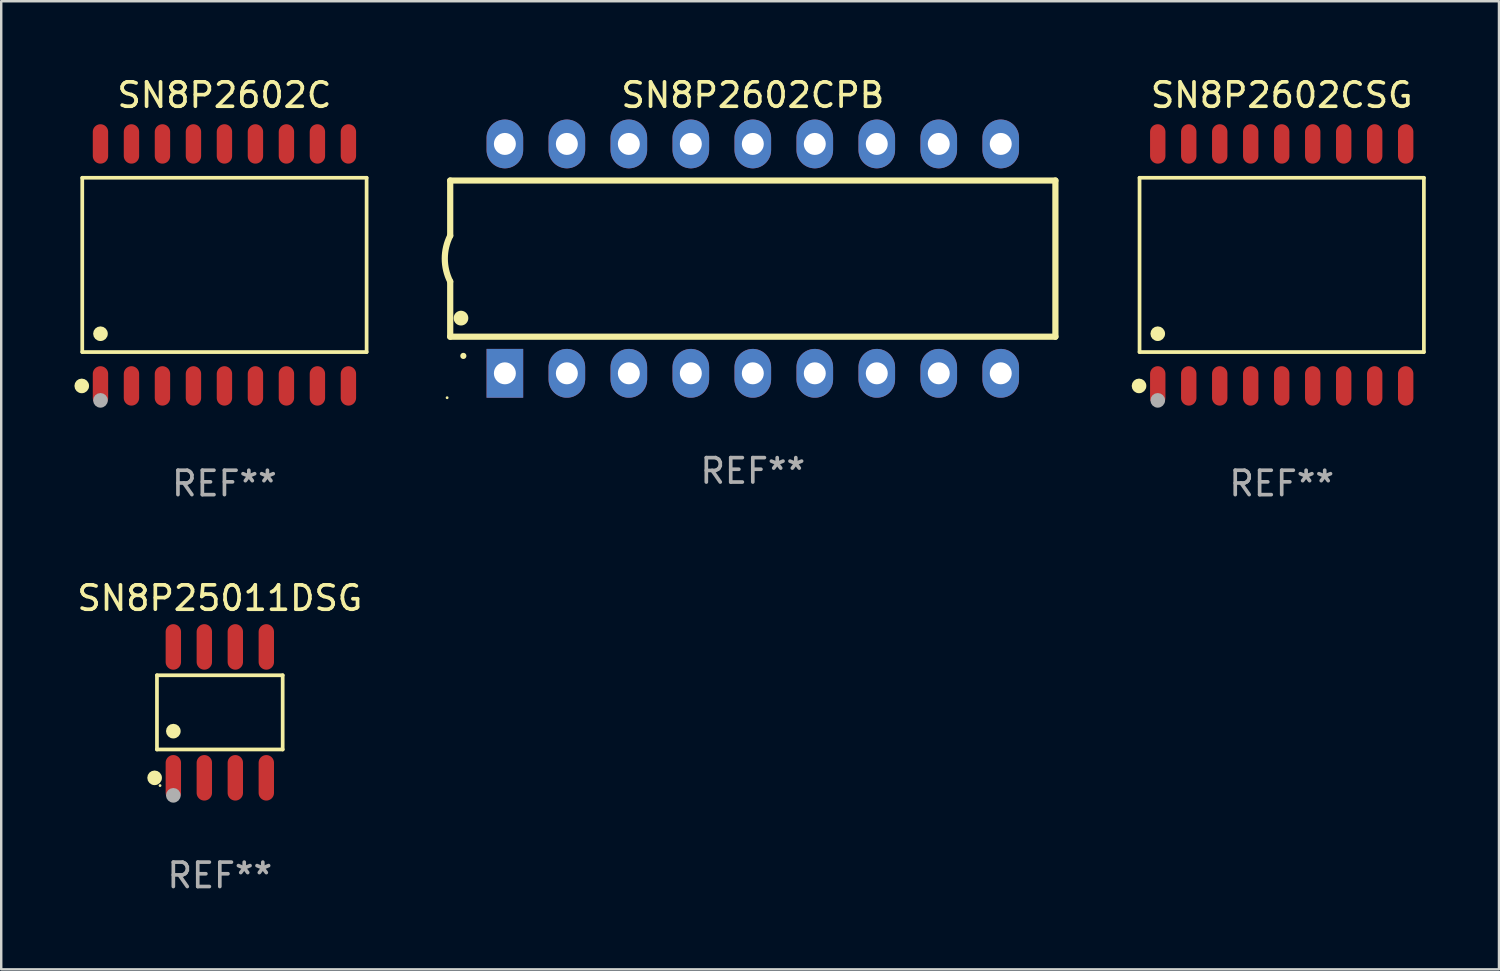
<source format=kicad_pcb>
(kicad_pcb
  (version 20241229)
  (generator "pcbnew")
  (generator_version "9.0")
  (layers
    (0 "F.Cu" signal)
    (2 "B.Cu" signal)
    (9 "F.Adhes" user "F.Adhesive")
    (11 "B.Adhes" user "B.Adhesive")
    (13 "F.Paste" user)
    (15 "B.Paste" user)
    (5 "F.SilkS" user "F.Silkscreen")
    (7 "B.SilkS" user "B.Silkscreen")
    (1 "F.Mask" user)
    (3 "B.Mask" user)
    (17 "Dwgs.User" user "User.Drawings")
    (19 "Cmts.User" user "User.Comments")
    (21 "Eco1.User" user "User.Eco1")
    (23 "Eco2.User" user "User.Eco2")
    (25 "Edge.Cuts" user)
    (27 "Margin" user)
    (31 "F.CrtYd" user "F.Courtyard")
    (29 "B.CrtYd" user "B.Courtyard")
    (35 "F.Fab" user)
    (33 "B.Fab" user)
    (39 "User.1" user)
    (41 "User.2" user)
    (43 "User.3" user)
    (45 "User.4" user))
  (footprint "SN8P25011DSG"
    (layer "F.Cu")
    (at 5.958 26.142)
    (property "Reference" "SN8P25011DSG" (at 0 -4.682 0) (layer "F.SilkS") (effects (font (size 1 1) (thickness 0.15))))
    (attr through_hole)
    (fp_line (start -2.576 -1.521) (end 2.576 -1.521) (stroke (width 0.152) (type solid)) (layer "F.SilkS"))
    (fp_line (start -2.576 1.521) (end -2.576 -1.521) (stroke (width 0.152) (type solid)) (layer "F.SilkS"))
    (fp_line (start 2.576 -1.521) (end 2.576 1.521) (stroke (width 0.152) (type solid)) (layer "F.SilkS"))
    (fp_line (start 2.576 1.521) (end -2.576 1.521) (stroke (width 0.152) (type solid)) (layer "F.SilkS"))
    (fp_circle (center -2.672 2.682) (end -2.522 2.682) (stroke (width 0.3) (type solid)) (fill no) (layer "F.SilkS"))
    (fp_circle (center -2.45 3) (end -2.42 3) (stroke (width 0.06) (type solid)) (fill no) (layer "F.SilkS"))
    (fp_circle (center -1.905 0.769) (end -1.755 0.769) (stroke (width 0.3) (type solid)) (fill no) (layer "F.SilkS"))
    (fp_circle (center -1.905 3.4) (end -1.755 3.4) (stroke (width 0.3) (type solid)) (fill no) (layer "F.Fab"))
    (fp_text user "REF**" (at 0 6.682 0) (layer "F.Fab") (effects (font (size 1 1) (thickness 0.15))))
    (pad "1" smd oval (at -1.905 2.682) (size 0.63 1.865) (layers "F.Cu" "F.Mask" "F.Paste"))
    (pad "2" smd oval (at -0.635 2.682) (size 0.63 1.865) (layers "F.Cu" "F.Mask" "F.Paste"))
    (pad "3" smd oval (at 0.635 2.682) (size 0.63 1.865) (layers "F.Cu" "F.Mask" "F.Paste"))
    (pad "4" smd oval (at 1.905 2.682) (size 0.63 1.865) (layers "F.Cu" "F.Mask" "F.Paste"))
    (pad "5" smd oval (at 1.905 -2.682) (size 0.63 1.865) (layers "F.Cu" "F.Mask" "F.Paste"))
    (pad "6" smd oval (at 0.635 -2.682) (size 0.63 1.865) (layers "F.Cu" "F.Mask" "F.Paste"))
    (pad "7" smd oval (at -0.635 -2.682) (size 0.63 1.865) (layers "F.Cu" "F.Mask" "F.Paste"))
    (pad "8" smd oval (at -1.905 -2.682) (size 0.63 1.865) (layers "F.Cu" "F.Mask" "F.Paste")))
  (footprint "SN8P2602CPB"
    (layer "F.Cu")
    (at 27.799 7.548)
    (property "Reference" "SN8P2602CPB" (at 0 -6.7 0) (layer "F.SilkS") (effects (font (size 1 1) (thickness 0.15))))
    (attr through_hole)
    (fp_line (start -12.4 -3.2) (end -12.4 -0.94) (stroke (width 0.254) (type solid)) (layer "F.SilkS"))
    (fp_line (start -12.4 -3.2) (end 12.4 -3.2) (stroke (width 0.254) (type solid)) (layer "F.SilkS"))
    (fp_line (start -12.4 3.2) (end -12.4 0.94) (stroke (width 0.254) (type solid)) (layer "F.SilkS"))
    (fp_line (start -12.4 3.2) (end 12.4 3.2) (stroke (width 0.254) (type solid)) (layer "F.SilkS"))
    (fp_line (start 12.4 -3.2) (end 12.4 3.2) (stroke (width 0.254) (type solid)) (layer "F.SilkS"))
    (fp_arc (start -12.400305 0.938531) (mid -12.621952 -0.000821) (end -12.400025 -0.940107) (stroke (width 0.254001) (type solid)) (layer "F.SilkS"))
    (fp_arc (start -11.958623 2.440843) (mid -11.958634 2.438303) (end -11.958623 2.435763) (stroke (width 0.6) (type solid)) (layer "F.SilkS"))
    (fp_arc (start -11.861824 3.987706) (mid -11.861831 3.986436) (end -11.861824 3.985166) (stroke (width 0.25) (type solid)) (layer "F.SilkS"))
    (fp_circle (center -12.527 5.7) (end -12.497 5.7) (stroke (width 0.06) (type solid)) (fill no) (layer "F.SilkS"))
    (fp_text user "REF**" (at 0 8.7 0) (layer "F.Fab") (effects (font (size 1 1) (thickness 0.15))))
    (pad "1" thru_hole rect (at -10.16 4.7 90) (size 2 1.5) (drill 0.9) (layers "*.Cu" "*.Mask"))
    (pad "2" thru_hole oval (at -7.62 4.7 90) (size 2 1.5) (drill 0.9) (layers "*.Cu" "*.Mask"))
    (pad "3" thru_hole oval (at -5.08 4.7 90) (size 2 1.5) (drill 0.9) (layers "*.Cu" "*.Mask"))
    (pad "4" thru_hole oval (at -2.54 4.7 90) (size 2 1.5) (drill 0.9) (layers "*.Cu" "*.Mask"))
    (pad "5" thru_hole oval (at 0 4.7 90) (size 2 1.5) (drill 0.9) (layers "*.Cu" "*.Mask"))
    (pad "6" thru_hole oval (at 2.54 4.7 90) (size 2 1.5) (drill 0.9) (layers "*.Cu" "*.Mask"))
    (pad "7" thru_hole oval (at 5.08 4.7 90) (size 2 1.5) (drill 0.9) (layers "*.Cu" "*.Mask"))
    (pad "8" thru_hole oval (at 7.62 4.7 90) (size 2 1.5) (drill 0.9) (layers "*.Cu" "*.Mask"))
    (pad "9" thru_hole oval (at 10.16 4.7 90) (size 2 1.5) (drill 0.9) (layers "*.Cu" "*.Mask"))
    (pad "10" thru_hole oval (at 10.16 -4.7 90) (size 2 1.5) (drill 0.9) (layers "*.Cu" "*.Mask"))
    (pad "11" thru_hole oval (at 7.62 -4.7 90) (size 2 1.5) (drill 0.9) (layers "*.Cu" "*.Mask"))
    (pad "12" thru_hole oval (at 5.08 -4.7 90) (size 2 1.5) (drill 0.9) (layers "*.Cu" "*.Mask"))
    (pad "13" thru_hole oval (at 2.54 -4.7 90) (size 2 1.5) (drill 0.9) (layers "*.Cu" "*.Mask"))
    (pad "14" thru_hole oval (at 0 -4.7 90) (size 2 1.5) (drill 0.9) (layers "*.Cu" "*.Mask"))
    (pad "15" thru_hole oval (at -2.54 -4.7 90) (size 2 1.5) (drill 0.9) (layers "*.Cu" "*.Mask"))
    (pad "16" thru_hole oval (at -5.08 -4.7 90) (size 2 1.5) (drill 0.9) (layers "*.Cu" "*.Mask"))
    (pad "17" thru_hole oval (at -7.62 -4.7 90) (size 2 1.5) (drill 0.9) (layers "*.Cu" "*.Mask"))
    (pad "18" thru_hole oval (at -10.16 -4.7 90) (size 2 1.5) (drill 0.9) (layers "*.Cu" "*.Mask")))
  (footprint "SN8P2602C"
    (layer "F.Cu")
    (at 6.147 7.806)
    (property "Reference" "SN8P2602C" (at 0 -6.958 0) (layer "F.SilkS") (effects (font (size 1 1) (thickness 0.15))))
    (attr through_hole)
    (fp_line (start -5.826 -3.571) (end 5.826 -3.571) (stroke (width 0.152) (type solid)) (layer "F.SilkS"))
    (fp_line (start -5.826 3.571) (end -5.826 -3.571) (stroke (width 0.152) (type solid)) (layer "F.SilkS"))
    (fp_line (start 5.826 -3.571) (end 5.826 3.571) (stroke (width 0.152) (type solid)) (layer "F.SilkS"))
    (fp_line (start 5.826 3.571) (end -5.826 3.571) (stroke (width 0.152) (type solid)) (layer "F.SilkS"))
    (fp_circle (center -5.847 4.958) (end -5.697 4.958) (stroke (width 0.3) (type solid)) (fill no) (layer "F.SilkS"))
    (fp_circle (center -5.75 5.15) (end -5.72 5.15) (stroke (width 0.06) (type solid)) (fill no) (layer "F.SilkS"))
    (fp_circle (center -5.08 2.819) (end -4.93 2.819) (stroke (width 0.3) (type solid)) (fill no) (layer "F.SilkS"))
    (fp_circle (center -5.08 5.55) (end -4.93 5.55) (stroke (width 0.3) (type solid)) (fill no) (layer "F.Fab"))
    (fp_text user "REF**" (at 0 8.958 0) (layer "F.Fab") (effects (font (size 1 1) (thickness 0.15))))
    (pad "1" smd oval (at -5.08 4.958) (size 0.63 1.615) (layers "F.Cu" "F.Mask" "F.Paste"))
    (pad "2" smd oval (at -3.81 4.958) (size 0.63 1.615) (layers "F.Cu" "F.Mask" "F.Paste"))
    (pad "3" smd oval (at -2.54 4.958) (size 0.63 1.615) (layers "F.Cu" "F.Mask" "F.Paste"))
    (pad "4" smd oval (at -1.27 4.958) (size 0.63 1.615) (layers "F.Cu" "F.Mask" "F.Paste"))
    (pad "5" smd oval (at 0 4.958) (size 0.63 1.615) (layers "F.Cu" "F.Mask" "F.Paste"))
    (pad "6" smd oval (at 1.27 4.958) (size 0.63 1.615) (layers "F.Cu" "F.Mask" "F.Paste"))
    (pad "7" smd oval (at 2.54 4.958) (size 0.63 1.615) (layers "F.Cu" "F.Mask" "F.Paste"))
    (pad "8" smd oval (at 3.81 4.958) (size 0.63 1.615) (layers "F.Cu" "F.Mask" "F.Paste"))
    (pad "9" smd oval (at 5.08 4.958) (size 0.63 1.615) (layers "F.Cu" "F.Mask" "F.Paste"))
    (pad "10" smd oval (at 5.08 -4.958) (size 0.63 1.615) (layers "F.Cu" "F.Mask" "F.Paste"))
    (pad "11" smd oval (at 3.81 -4.958) (size 0.63 1.615) (layers "F.Cu" "F.Mask" "F.Paste"))
    (pad "12" smd oval (at 2.54 -4.958) (size 0.63 1.615) (layers "F.Cu" "F.Mask" "F.Paste"))
    (pad "13" smd oval (at 1.27 -4.958) (size 0.63 1.615) (layers "F.Cu" "F.Mask" "F.Paste"))
    (pad "14" smd oval (at 0 -4.958) (size 0.63 1.615) (layers "F.Cu" "F.Mask" "F.Paste"))
    (pad "15" smd oval (at -1.27 -4.958) (size 0.63 1.615) (layers "F.Cu" "F.Mask" "F.Paste"))
    (pad "16" smd oval (at -2.54 -4.958) (size 0.63 1.615) (layers "F.Cu" "F.Mask" "F.Paste"))
    (pad "17" smd oval (at -3.81 -4.958) (size 0.63 1.615) (layers "F.Cu" "F.Mask" "F.Paste"))
    (pad "18" smd oval (at -5.08 -4.958) (size 0.63 1.615) (layers "F.Cu" "F.Mask" "F.Paste")))
  (footprint "SN8P2602CSG"
    (layer "F.Cu")
    (at 49.473 7.806)
    (property "Reference" "SN8P2602CSG" (at 0 -6.958 0) (layer "F.SilkS") (effects (font (size 1 1) (thickness 0.15))))
    (attr through_hole)
    (fp_line (start -5.826 -3.571) (end 5.826 -3.571) (stroke (width 0.152) (type solid)) (layer "F.SilkS"))
    (fp_line (start -5.826 3.571) (end -5.826 -3.571) (stroke (width 0.152) (type solid)) (layer "F.SilkS"))
    (fp_line (start 5.826 -3.571) (end 5.826 3.571) (stroke (width 0.152) (type solid)) (layer "F.SilkS"))
    (fp_line (start 5.826 3.571) (end -5.826 3.571) (stroke (width 0.152) (type solid)) (layer "F.SilkS"))
    (fp_circle (center -5.847 4.958) (end -5.697 4.958) (stroke (width 0.3) (type solid)) (fill no) (layer "F.SilkS"))
    (fp_circle (center -5.75 5.15) (end -5.72 5.15) (stroke (width 0.06) (type solid)) (fill no) (layer "F.SilkS"))
    (fp_circle (center -5.08 2.819) (end -4.93 2.819) (stroke (width 0.3) (type solid)) (fill no) (layer "F.SilkS"))
    (fp_circle (center -5.08 5.55) (end -4.93 5.55) (stroke (width 0.3) (type solid)) (fill no) (layer "F.Fab"))
    (fp_text user "REF**" (at 0 8.958 0) (layer "F.Fab") (effects (font (size 1 1) (thickness 0.15))))
    (pad "1" smd oval (at -5.08 4.958) (size 0.63 1.615) (layers "F.Cu" "F.Mask" "F.Paste"))
    (pad "2" smd oval (at -3.81 4.958) (size 0.63 1.615) (layers "F.Cu" "F.Mask" "F.Paste"))
    (pad "3" smd oval (at -2.54 4.958) (size 0.63 1.615) (layers "F.Cu" "F.Mask" "F.Paste"))
    (pad "4" smd oval (at -1.27 4.958) (size 0.63 1.615) (layers "F.Cu" "F.Mask" "F.Paste"))
    (pad "5" smd oval (at 0 4.958) (size 0.63 1.615) (layers "F.Cu" "F.Mask" "F.Paste"))
    (pad "6" smd oval (at 1.27 4.958) (size 0.63 1.615) (layers "F.Cu" "F.Mask" "F.Paste"))
    (pad "7" smd oval (at 2.54 4.958) (size 0.63 1.615) (layers "F.Cu" "F.Mask" "F.Paste"))
    (pad "8" smd oval (at 3.81 4.958) (size 0.63 1.615) (layers "F.Cu" "F.Mask" "F.Paste"))
    (pad "9" smd oval (at 5.08 4.958) (size 0.63 1.615) (layers "F.Cu" "F.Mask" "F.Paste"))
    (pad "10" smd oval (at 5.08 -4.958) (size 0.63 1.615) (layers "F.Cu" "F.Mask" "F.Paste"))
    (pad "11" smd oval (at 3.81 -4.958) (size 0.63 1.615) (layers "F.Cu" "F.Mask" "F.Paste"))
    (pad "12" smd oval (at 2.54 -4.958) (size 0.63 1.615) (layers "F.Cu" "F.Mask" "F.Paste"))
    (pad "13" smd oval (at 1.27 -4.958) (size 0.63 1.615) (layers "F.Cu" "F.Mask" "F.Paste"))
    (pad "14" smd oval (at 0 -4.958) (size 0.63 1.615) (layers "F.Cu" "F.Mask" "F.Paste"))
    (pad "15" smd oval (at -1.27 -4.958) (size 0.63 1.615) (layers "F.Cu" "F.Mask" "F.Paste"))
    (pad "16" smd oval (at -2.54 -4.958) (size 0.63 1.615) (layers "F.Cu" "F.Mask" "F.Paste"))
    (pad "17" smd oval (at -3.81 -4.958) (size 0.63 1.615) (layers "F.Cu" "F.Mask" "F.Paste"))
    (pad "18" smd oval (at -5.08 -4.958) (size 0.63 1.615) (layers "F.Cu" "F.Mask" "F.Paste")))
  (gr_rect
    (start -3 -3)
    (end 58.376 36.673)
    (stroke (width 0.1) (type default))
    (fill no)
    (layer "Edge.Cuts")))
</source>
